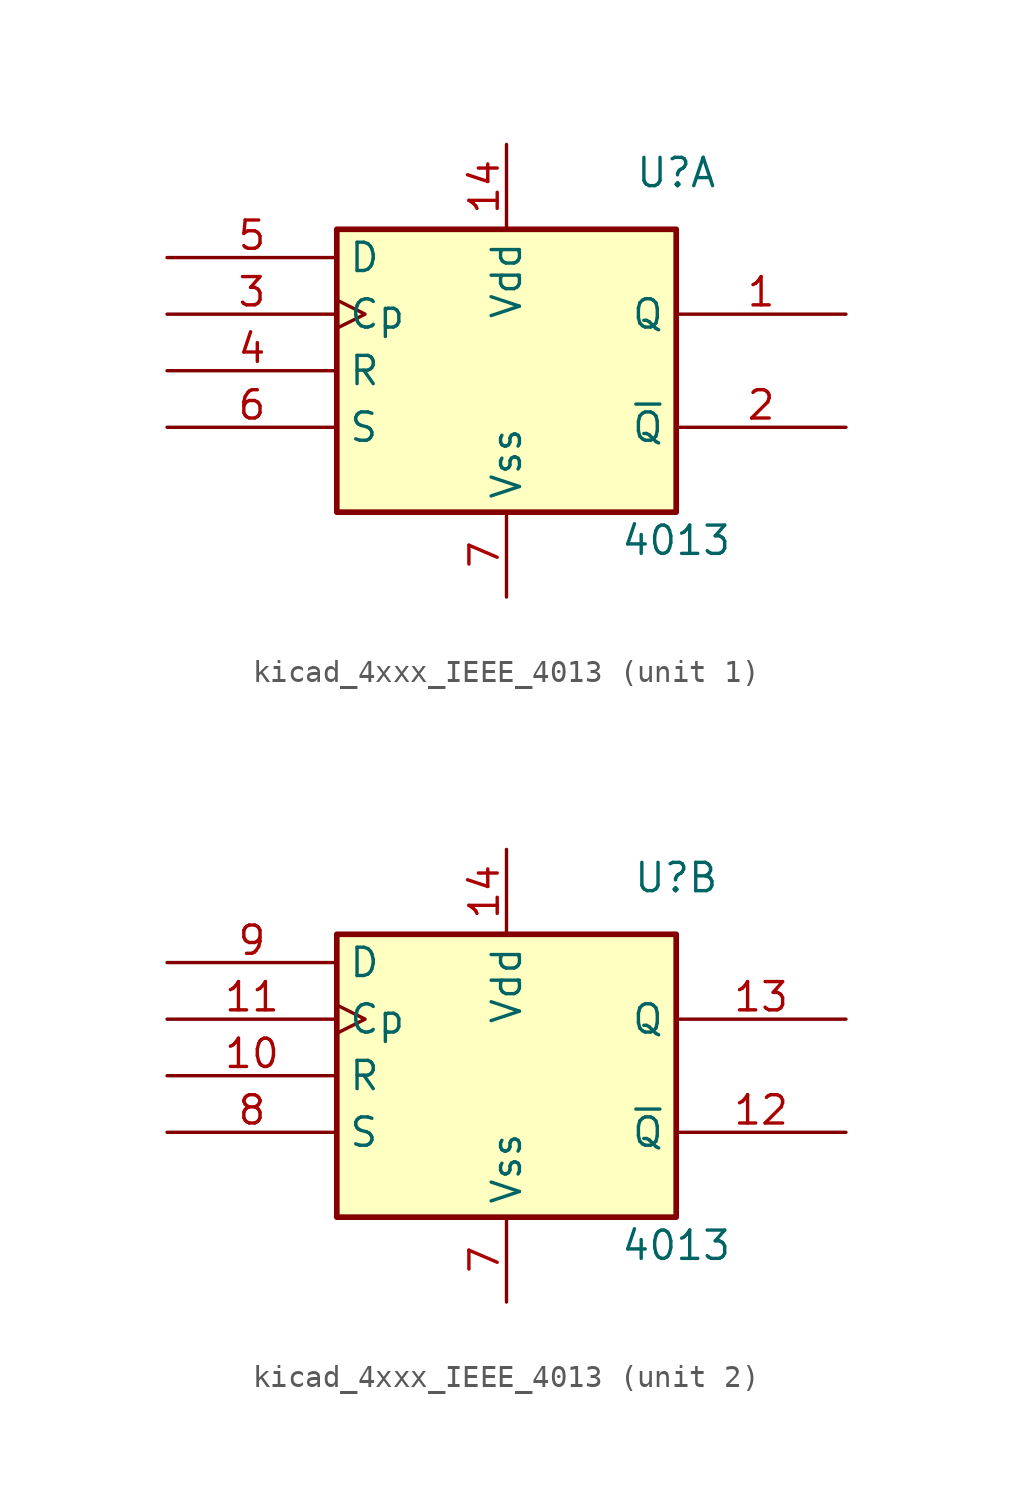
<source format=kicad_sym>
(kicad_symbol_lib
  (version 20220914)
  (generator kicad_symbol_editor)
  (symbol "kicad_4xxx_IEEE_4013"
    (property "Reference" "U"
      (at 7.62 8.89 0)
      (effects (font (size 1.27 1.27))))
    (property "Value" "4013"
      (at 7.62 -7.62 0)
      (effects (font (size 1.27 1.27))))
    (symbol "kicad_4xxx_IEEE_4013_0_0"
      (pin power_in line (at 0 10.16 270) (length 3.81) (name "Vdd" (effects (font (size 1.27 1.27)))) (number "14" (effects (font (size 1.27 1.27)))))
      (pin power_in line (at 0 -10.16 90) (length 3.81) (name "Vss" (effects (font (size 1.27 1.27)))) (number "7" (effects (font (size 1.27 1.27))))))
    (symbol "kicad_4xxx_IEEE_4013_0_1"
      (rectangle (start -7.62 6.35) (end 7.62 -6.35) (stroke (width 0.254) (type default)) (fill (type background))))
    (symbol "kicad_4xxx_IEEE_4013_1_1"
      (pin output line (at 15.24 2.54 180) (length 7.62) (name "Q" (effects (font (size 1.27 1.27)))) (number "1" (effects (font (size 1.27 1.27)))))
      (pin output line (at 15.24 -2.54 180) (length 7.62) (name "~{Q}" (effects (font (size 1.27 1.27)))) (number "2" (effects (font (size 1.27 1.27)))))
      (pin input clock (at -15.24 2.54 0) (length 7.62) (name "Cp" (effects (font (size 1.27 1.27)))) (number "3" (effects (font (size 1.27 1.27)))))
      (pin input line (at -15.24 0 0) (length 7.62) (name "R" (effects (font (size 1.27 1.27)))) (number "4" (effects (font (size 1.27 1.27)))))
      (pin input line (at -15.24 5.08 0) (length 7.62) (name "D" (effects (font (size 1.27 1.27)))) (number "5" (effects (font (size 1.27 1.27)))))
      (pin input line (at -15.24 -2.54 0) (length 7.62) (name "S" (effects (font (size 1.27 1.27)))) (number "6" (effects (font (size 1.27 1.27))))))
    (symbol "kicad_4xxx_IEEE_4013_2_1"
      (pin input line (at -15.24 0 0) (length 7.62) (name "R" (effects (font (size 1.27 1.27)))) (number "10" (effects (font (size 1.27 1.27)))))
      (pin input clock (at -15.24 2.54 0) (length 7.62) (name "Cp" (effects (font (size 1.27 1.27)))) (number "11" (effects (font (size 1.27 1.27)))))
      (pin input line (at 15.24 -2.54 180) (length 7.62) (name "~{Q}" (effects (font (size 1.27 1.27)))) (number "12" (effects (font (size 1.27 1.27)))))
      (pin input line (at 15.24 2.54 180) (length 7.62) (name "Q" (effects (font (size 1.27 1.27)))) (number "13" (effects (font (size 1.27 1.27)))))
      (pin input line (at -15.24 -2.54 0) (length 7.62) (name "S" (effects (font (size 1.27 1.27)))) (number "8" (effects (font (size 1.27 1.27)))))
      (pin input line (at -15.24 5.08 0) (length 7.62) (name "D" (effects (font (size 1.27 1.27)))) (number "9" (effects (font (size 1.27 1.27))))))))
</source>
